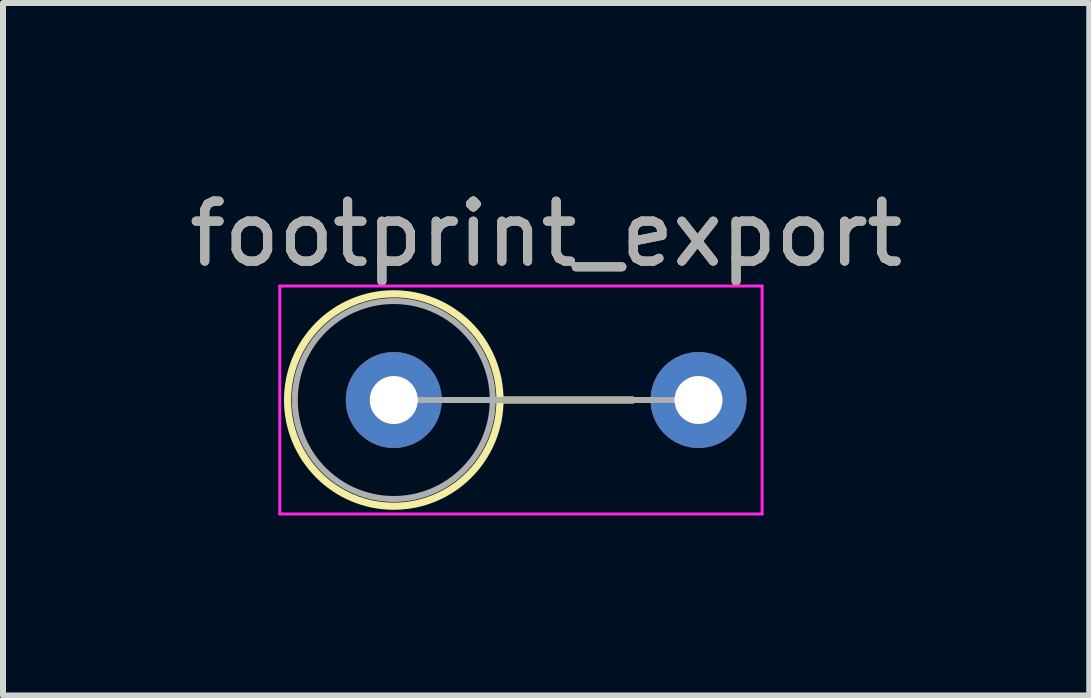
<source format=kicad_pcb>
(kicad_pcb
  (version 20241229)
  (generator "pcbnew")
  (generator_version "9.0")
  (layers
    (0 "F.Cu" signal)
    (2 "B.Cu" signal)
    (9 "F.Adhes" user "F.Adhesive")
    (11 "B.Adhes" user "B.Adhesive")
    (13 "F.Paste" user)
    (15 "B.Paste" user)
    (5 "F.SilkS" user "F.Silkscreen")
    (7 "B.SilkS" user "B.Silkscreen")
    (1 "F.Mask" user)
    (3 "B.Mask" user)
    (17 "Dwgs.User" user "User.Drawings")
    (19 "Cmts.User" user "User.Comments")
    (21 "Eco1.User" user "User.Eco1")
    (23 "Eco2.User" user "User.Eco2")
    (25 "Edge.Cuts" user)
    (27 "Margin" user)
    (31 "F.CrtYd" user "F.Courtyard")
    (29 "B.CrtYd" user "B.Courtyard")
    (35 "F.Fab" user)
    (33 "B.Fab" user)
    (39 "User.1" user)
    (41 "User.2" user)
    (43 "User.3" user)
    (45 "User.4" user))
  (footprint "footprint_export"
    (layer "F.Cu")
    (at 3.514 3.618)
    (property "Reference" "footprint_export" (at 2.54 -2.77 0) (layer "F.SilkS") (effects (font (size 1 1) (thickness 0.15))))
    (attr through_hole)
    (fp_line (start 1.77 0) (end 3.98 0) (stroke (width 0.12) (type solid)) (layer "F.SilkS"))
    (fp_circle (center 0 0) (end 1.77 0) (stroke (width 0.12) (type solid)) (fill no) (layer "F.SilkS"))
    (fp_line (start -1.9 -1.9) (end -1.9 1.9) (stroke (width 0.05) (type solid)) (layer "F.CrtYd"))
    (fp_line (start -1.9 1.9) (end 6.14 1.9) (stroke (width 0.05) (type solid)) (layer "F.CrtYd"))
    (fp_line (start 6.14 -1.9) (end -1.9 -1.9) (stroke (width 0.05) (type solid)) (layer "F.CrtYd"))
    (fp_line (start 6.14 1.9) (end 6.14 -1.9) (stroke (width 0.05) (type solid)) (layer "F.CrtYd"))
    (fp_line (start 0 0) (end 5.08 0) (stroke (width 0.1) (type solid)) (layer "F.Fab"))
    (fp_circle (center 0 0) (end 1.65 0) (stroke (width 0.1) (type solid)) (fill no) (layer "F.Fab"))
    (fp_text user "${REFERENCE}" (at 2.54 -2.77 0) (layer "F.Fab") (effects (font (size 1 1) (thickness 0.15))))
    (pad "1" thru_hole circle (at 0 0) (size 1.6 1.6) (drill 0.8) (layers "*.Cu" "*.Mask"))
    (pad "2" thru_hole oval (at 5.08 0) (size 1.6 1.6) (drill 0.8) (layers "*.Cu" "*.Mask")))
  (gr_rect
    (start -3 -3)
    (end 15.107 8.543)
    (stroke (width 0.1) (type default))
    (fill no)
    (layer "Edge.Cuts")))
</source>
